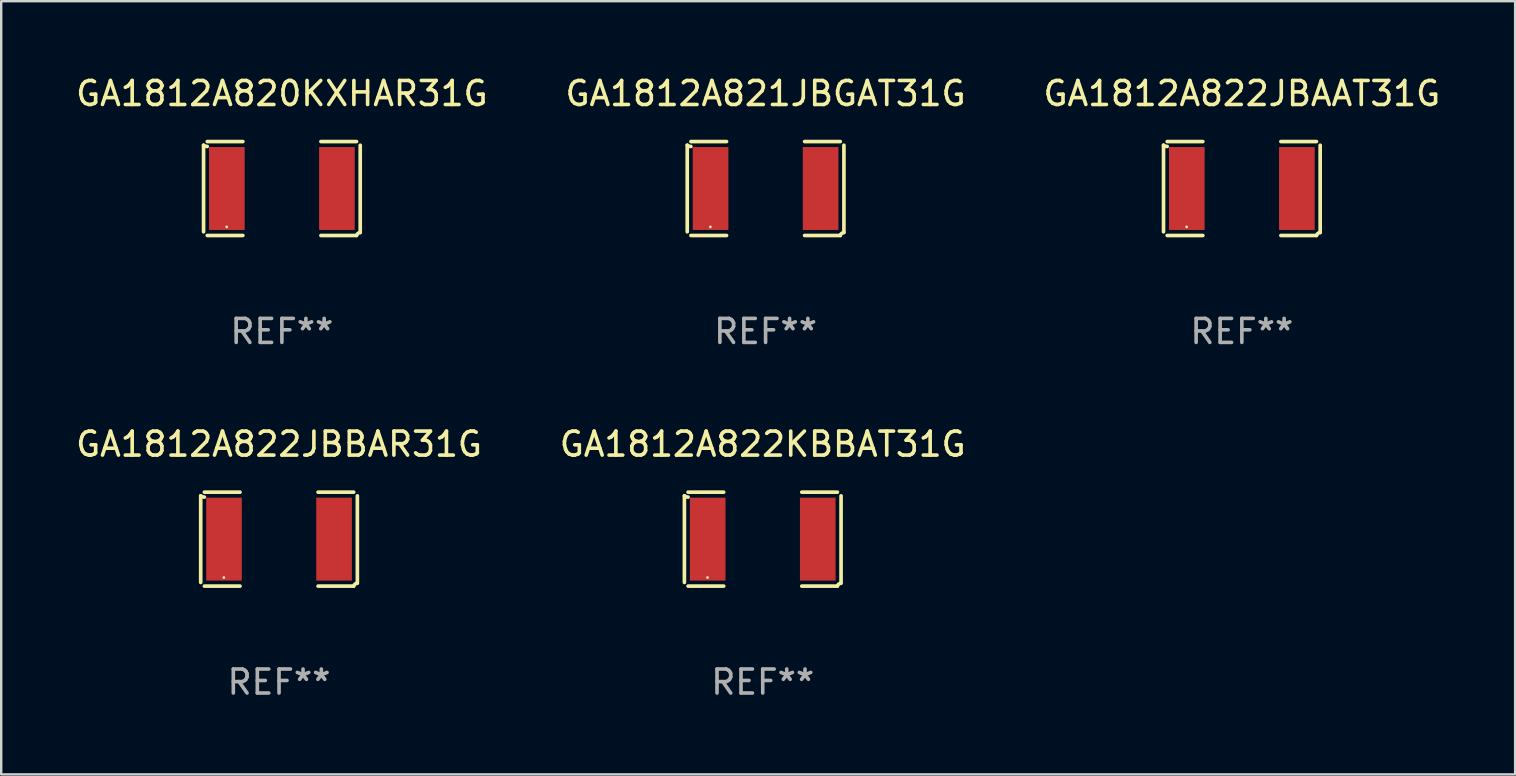
<source format=kicad_pcb>
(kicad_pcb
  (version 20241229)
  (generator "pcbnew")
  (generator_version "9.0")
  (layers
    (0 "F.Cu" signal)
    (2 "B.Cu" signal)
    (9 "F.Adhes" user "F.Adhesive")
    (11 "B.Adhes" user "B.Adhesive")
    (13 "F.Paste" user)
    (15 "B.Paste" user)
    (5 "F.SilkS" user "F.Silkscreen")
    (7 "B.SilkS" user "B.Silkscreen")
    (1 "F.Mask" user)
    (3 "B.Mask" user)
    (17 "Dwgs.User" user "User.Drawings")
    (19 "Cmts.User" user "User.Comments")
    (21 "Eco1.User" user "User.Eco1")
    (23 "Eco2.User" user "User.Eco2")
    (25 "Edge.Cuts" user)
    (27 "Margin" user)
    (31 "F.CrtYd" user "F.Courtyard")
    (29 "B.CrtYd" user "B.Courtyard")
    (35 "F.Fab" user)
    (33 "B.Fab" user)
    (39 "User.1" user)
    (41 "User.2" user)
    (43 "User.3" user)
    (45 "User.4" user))
  (footprint "GA1812A822JBAAT31G"
    (layer "F.Cu")
    (at 48.696 4.805)
    (property "Reference" "GA1812A822JBAAT31G" (at 0 -3.957 0) (layer "F.SilkS") (effects (font (size 1 1) (thickness 0.15))))
    (attr through_hole)
    (fp_line (start -3.264 1.804) (end -3.264 -1.804) (stroke (width 0.152) (type solid)) (layer "F.SilkS"))
    (fp_line (start -3.111 -1.957) (end -1.626 -1.957) (stroke (width 0.152) (type solid)) (layer "F.SilkS"))
    (fp_line (start -1.626 1.957) (end -3.111 1.957) (stroke (width 0.152) (type solid)) (layer "F.SilkS"))
    (fp_line (start 1.626 1.957) (end 3.111 1.957) (stroke (width 0.152) (type solid)) (layer "F.SilkS"))
    (fp_line (start 3.111 -1.957) (end 1.626 -1.957) (stroke (width 0.152) (type solid)) (layer "F.SilkS"))
    (fp_line (start 3.264 1.804) (end 3.264 -1.804) (stroke (width 0.152) (type solid)) (layer "F.SilkS"))
    (fp_arc (start -3.111202 -1.752192) (mid -3.191715 -1.76555) (end -3.263602 -1.804191) (stroke (width 0.1524) (type solid)) (layer "F.SilkS"))
    (fp_arc (start 3.111201 1.956591) (mid 3.167789 1.872777) (end 3.263602 1.840424) (stroke (width 0.1524) (type solid)) (layer "F.SilkS"))
    (fp_circle (center -2.3 1.6) (end -2.27 1.6) (stroke (width 0.06) (type solid)) (fill no) (layer "F.SilkS"))
    (fp_text user "REF**" (at 0 5.957 0) (layer "F.Fab") (effects (font (size 1 1) (thickness 0.15))))
    (pad "1" smd rect (at -2.293 0) (size 1.485 3.456) (layers "F.Cu" "F.Mask" "F.Paste"))
    (pad "2" smd rect (at 2.293 0) (size 1.485 3.456) (layers "F.Cu" "F.Mask" "F.Paste")))
  (footprint "GA1812A822KBBAT31G"
    (layer "F.Cu")
    (at 28.732 19.415)
    (property "Reference" "GA1812A822KBBAT31G" (at 0 -3.957 0) (layer "F.SilkS") (effects (font (size 1 1) (thickness 0.15))))
    (attr through_hole)
    (fp_line (start -3.264 1.804) (end -3.264 -1.804) (stroke (width 0.152) (type solid)) (layer "F.SilkS"))
    (fp_line (start -3.111 -1.957) (end -1.626 -1.957) (stroke (width 0.152) (type solid)) (layer "F.SilkS"))
    (fp_line (start -1.626 1.957) (end -3.111 1.957) (stroke (width 0.152) (type solid)) (layer "F.SilkS"))
    (fp_line (start 1.626 1.957) (end 3.111 1.957) (stroke (width 0.152) (type solid)) (layer "F.SilkS"))
    (fp_line (start 3.111 -1.957) (end 1.626 -1.957) (stroke (width 0.152) (type solid)) (layer "F.SilkS"))
    (fp_line (start 3.264 1.804) (end 3.264 -1.804) (stroke (width 0.152) (type solid)) (layer "F.SilkS"))
    (fp_arc (start -3.111202 -1.752192) (mid -3.191715 -1.76555) (end -3.263602 -1.804191) (stroke (width 0.1524) (type solid)) (layer "F.SilkS"))
    (fp_arc (start 3.111201 1.956591) (mid 3.167789 1.872777) (end 3.263602 1.840424) (stroke (width 0.1524) (type solid)) (layer "F.SilkS"))
    (fp_circle (center -2.3 1.6) (end -2.27 1.6) (stroke (width 0.06) (type solid)) (fill no) (layer "F.SilkS"))
    (fp_text user "REF**" (at 0 5.957 0) (layer "F.Fab") (effects (font (size 1 1) (thickness 0.15))))
    (pad "1" smd rect (at -2.293 0) (size 1.485 3.456) (layers "F.Cu" "F.Mask" "F.Paste"))
    (pad "2" smd rect (at 2.293 0) (size 1.485 3.456) (layers "F.Cu" "F.Mask" "F.Paste")))
  (footprint "GA1812A821JBGAT31G"
    (layer "F.Cu")
    (at 28.851 4.805)
    (property "Reference" "GA1812A821JBGAT31G" (at 0 -3.957 0) (layer "F.SilkS") (effects (font (size 1 1) (thickness 0.15))))
    (attr through_hole)
    (fp_line (start -3.264 1.804) (end -3.264 -1.804) (stroke (width 0.152) (type solid)) (layer "F.SilkS"))
    (fp_line (start -3.111 -1.957) (end -1.626 -1.957) (stroke (width 0.152) (type solid)) (layer "F.SilkS"))
    (fp_line (start -1.626 1.957) (end -3.111 1.957) (stroke (width 0.152) (type solid)) (layer "F.SilkS"))
    (fp_line (start 1.626 1.957) (end 3.111 1.957) (stroke (width 0.152) (type solid)) (layer "F.SilkS"))
    (fp_line (start 3.111 -1.957) (end 1.626 -1.957) (stroke (width 0.152) (type solid)) (layer "F.SilkS"))
    (fp_line (start 3.264 1.804) (end 3.264 -1.804) (stroke (width 0.152) (type solid)) (layer "F.SilkS"))
    (fp_arc (start -3.111202 -1.752192) (mid -3.191715 -1.76555) (end -3.263602 -1.804191) (stroke (width 0.1524) (type solid)) (layer "F.SilkS"))
    (fp_arc (start 3.111201 1.956591) (mid 3.167789 1.872777) (end 3.263602 1.840424) (stroke (width 0.1524) (type solid)) (layer "F.SilkS"))
    (fp_circle (center -2.3 1.6) (end -2.27 1.6) (stroke (width 0.06) (type solid)) (fill no) (layer "F.SilkS"))
    (fp_text user "REF**" (at 0 5.957 0) (layer "F.Fab") (effects (font (size 1 1) (thickness 0.15))))
    (pad "1" smd rect (at -2.293 0) (size 1.485 3.456) (layers "F.Cu" "F.Mask" "F.Paste"))
    (pad "2" smd rect (at 2.293 0) (size 1.485 3.456) (layers "F.Cu" "F.Mask" "F.Paste")))
  (footprint "GA1812A820KXHAR31G"
    (layer "F.Cu")
    (at 8.696 4.805)
    (property "Reference" "GA1812A820KXHAR31G" (at 0 -3.957 0) (layer "F.SilkS") (effects (font (size 1 1) (thickness 0.15))))
    (attr through_hole)
    (fp_line (start -3.264 1.804) (end -3.264 -1.804) (stroke (width 0.152) (type solid)) (layer "F.SilkS"))
    (fp_line (start -3.111 -1.957) (end -1.626 -1.957) (stroke (width 0.152) (type solid)) (layer "F.SilkS"))
    (fp_line (start -1.626 1.957) (end -3.111 1.957) (stroke (width 0.152) (type solid)) (layer "F.SilkS"))
    (fp_line (start 1.626 1.957) (end 3.111 1.957) (stroke (width 0.152) (type solid)) (layer "F.SilkS"))
    (fp_line (start 3.111 -1.957) (end 1.626 -1.957) (stroke (width 0.152) (type solid)) (layer "F.SilkS"))
    (fp_line (start 3.264 1.804) (end 3.264 -1.804) (stroke (width 0.152) (type solid)) (layer "F.SilkS"))
    (fp_arc (start -3.111202 -1.752192) (mid -3.191715 -1.76555) (end -3.263602 -1.804191) (stroke (width 0.1524) (type solid)) (layer "F.SilkS"))
    (fp_arc (start 3.111201 1.956591) (mid 3.167789 1.872777) (end 3.263602 1.840424) (stroke (width 0.1524) (type solid)) (layer "F.SilkS"))
    (fp_circle (center -2.3 1.6) (end -2.27 1.6) (stroke (width 0.06) (type solid)) (fill no) (layer "F.SilkS"))
    (fp_text user "REF**" (at 0 5.957 0) (layer "F.Fab") (effects (font (size 1 1) (thickness 0.15))))
    (pad "1" smd rect (at -2.293 0) (size 1.485 3.456) (layers "F.Cu" "F.Mask" "F.Paste"))
    (pad "2" smd rect (at 2.293 0) (size 1.485 3.456) (layers "F.Cu" "F.Mask" "F.Paste")))
  (footprint "GA1812A822JBBAR31G"
    (layer "F.Cu")
    (at 8.577 19.415)
    (property "Reference" "GA1812A822JBBAR31G" (at 0 -3.957 0) (layer "F.SilkS") (effects (font (size 1 1) (thickness 0.15))))
    (attr through_hole)
    (fp_line (start -3.264 1.804) (end -3.264 -1.804) (stroke (width 0.152) (type solid)) (layer "F.SilkS"))
    (fp_line (start -3.111 -1.957) (end -1.626 -1.957) (stroke (width 0.152) (type solid)) (layer "F.SilkS"))
    (fp_line (start -1.626 1.957) (end -3.111 1.957) (stroke (width 0.152) (type solid)) (layer "F.SilkS"))
    (fp_line (start 1.626 1.957) (end 3.111 1.957) (stroke (width 0.152) (type solid)) (layer "F.SilkS"))
    (fp_line (start 3.111 -1.957) (end 1.626 -1.957) (stroke (width 0.152) (type solid)) (layer "F.SilkS"))
    (fp_line (start 3.264 1.804) (end 3.264 -1.804) (stroke (width 0.152) (type solid)) (layer "F.SilkS"))
    (fp_arc (start -3.111202 -1.752192) (mid -3.191715 -1.76555) (end -3.263602 -1.804191) (stroke (width 0.1524) (type solid)) (layer "F.SilkS"))
    (fp_arc (start 3.111201 1.956591) (mid 3.167789 1.872777) (end 3.263602 1.840424) (stroke (width 0.1524) (type solid)) (layer "F.SilkS"))
    (fp_circle (center -2.3 1.6) (end -2.27 1.6) (stroke (width 0.06) (type solid)) (fill no) (layer "F.SilkS"))
    (fp_text user "REF**" (at 0 5.957 0) (layer "F.Fab") (effects (font (size 1 1) (thickness 0.15))))
    (pad "1" smd rect (at -2.293 0) (size 1.485 3.456) (layers "F.Cu" "F.Mask" "F.Paste"))
    (pad "2" smd rect (at 2.293 0) (size 1.485 3.456) (layers "F.Cu" "F.Mask" "F.Paste")))
  (gr_rect
    (start -3 -3)
    (end 60.083 29.219)
    (stroke (width 0.1) (type default))
    (fill no)
    (layer "Edge.Cuts")))
</source>
